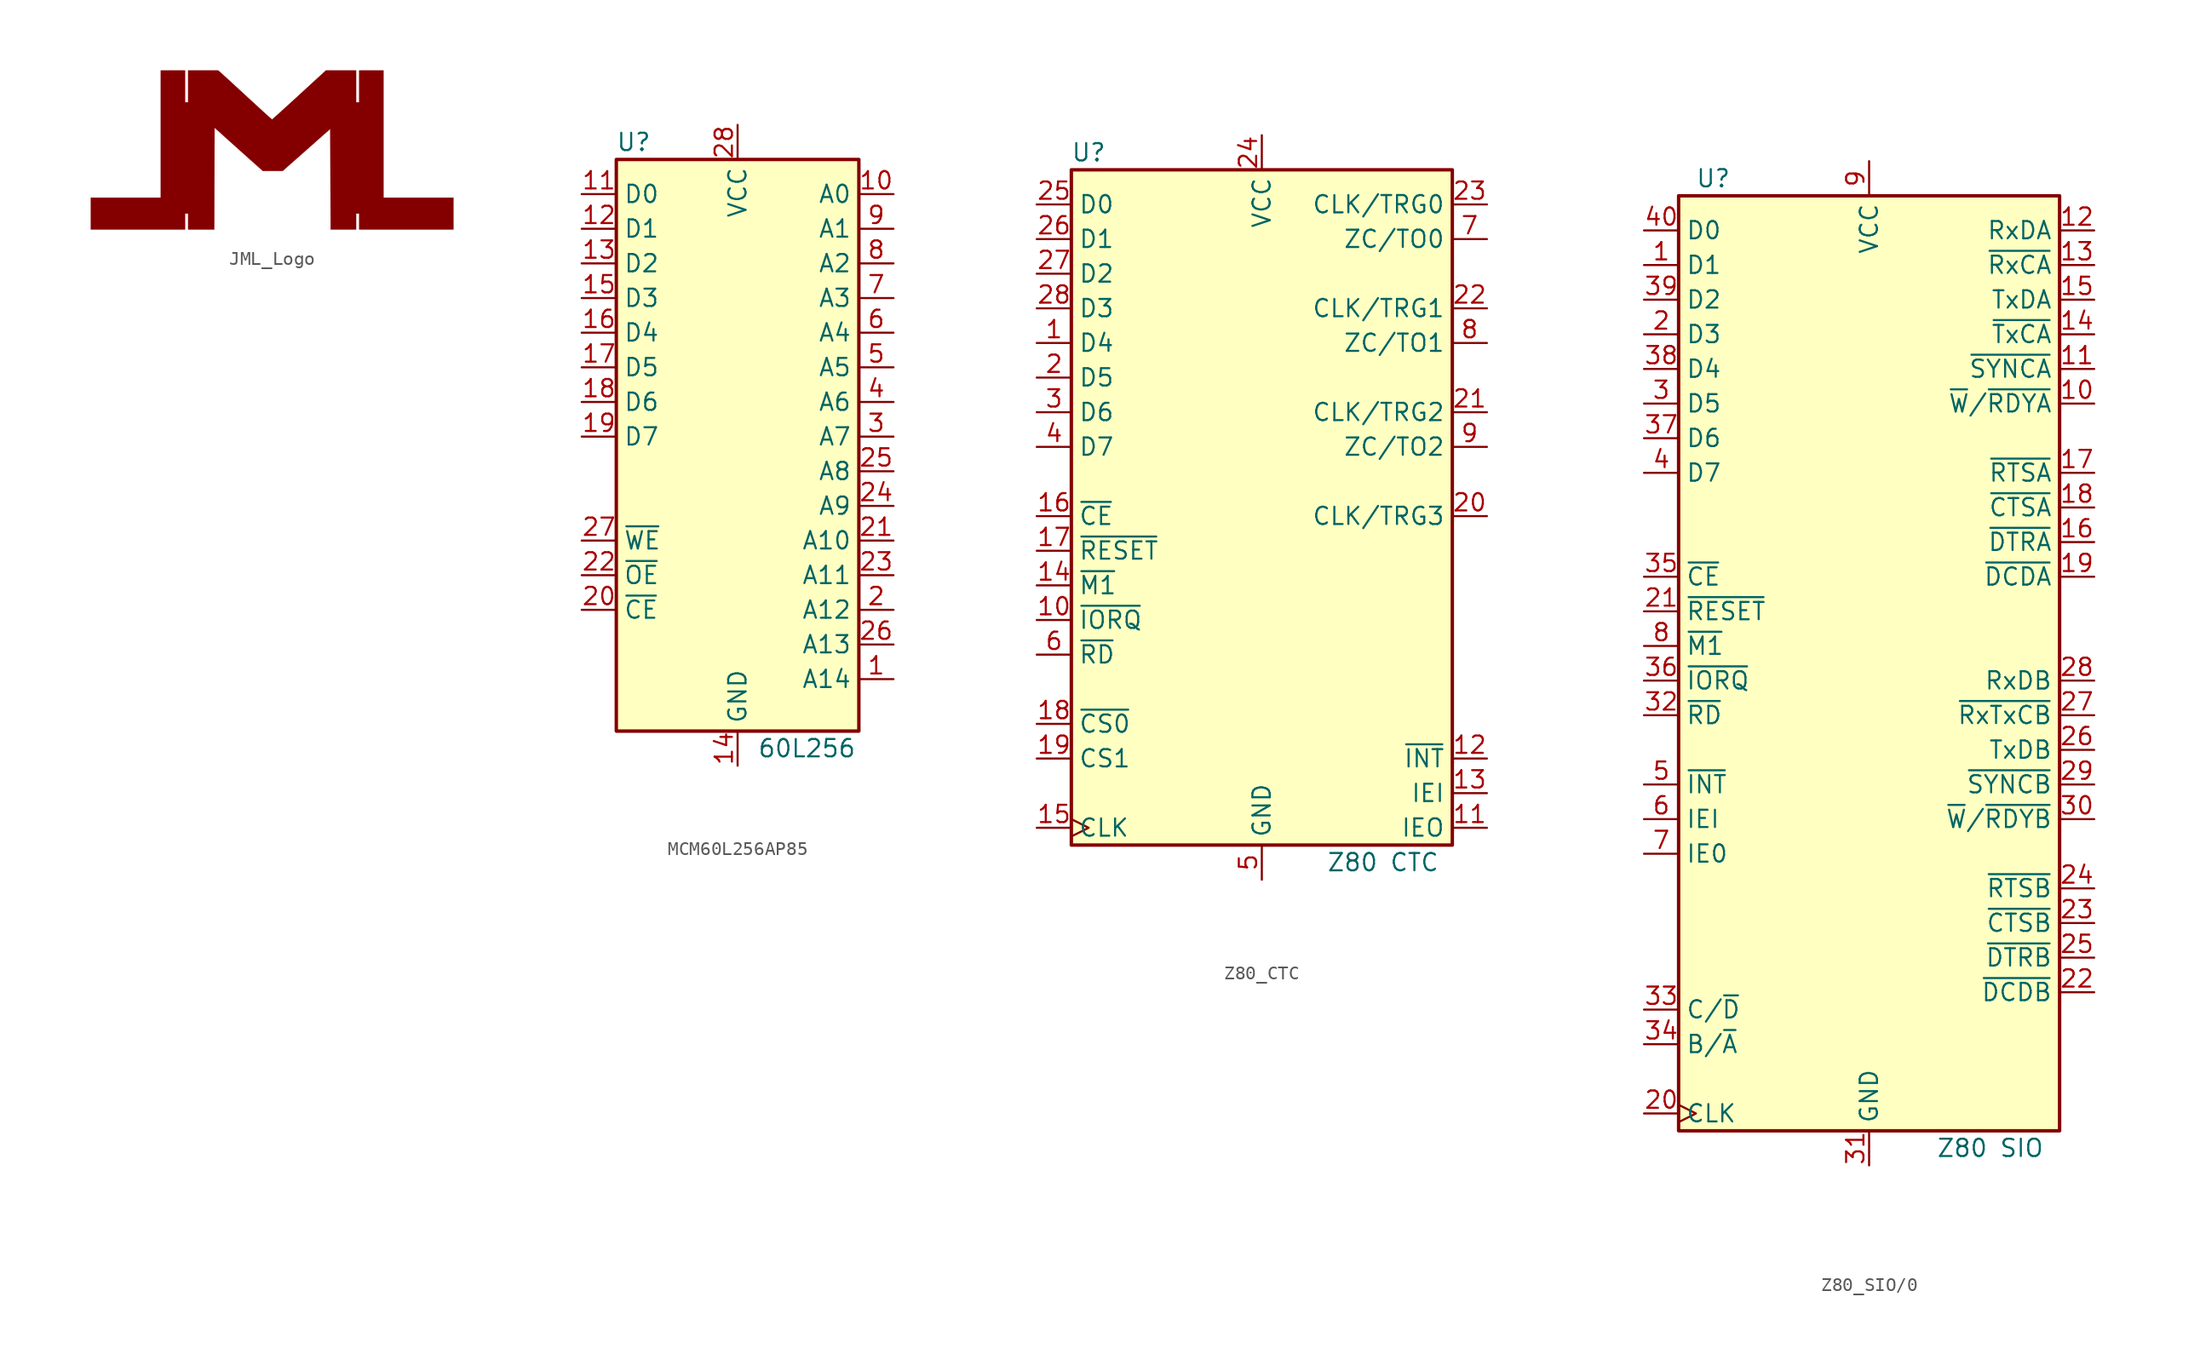
<source format=kicad_sym>
(kicad_symbol_lib
  (version 20220914)
  (generator kicad_symbol_editor)
  (symbol "JML_Logo"
    (pin_names
      (offset 1.016))
    (property "Reference" "#G"
      (at 0 5.201 0)
      (effects (font (size 1.27 1.27)) hide))
    (symbol "JML_Logo_0_0"
      (polyline (pts (xy -7.564 -5.253) (xy -7.564 -4.669) (xy -7.447 -4.669) (xy -7.33 -4.669) (xy -7.33 -5.253) (xy -7.33 -5.836) (xy -6.374 -5.836) (xy -5.417 -5.836) (xy -5.405 -2.098) (xy -5.393 1.64) (xy -4.391 0.739) (xy -4.181 0.55) (xy -3.851 0.254) (xy -3.509 -0.053) (xy -3.176 -0.351) (xy -2.872 -0.624) (xy -2.616 -0.852) (xy -1.844 -1.54) (xy -1.12 -1.54) (xy -0.397 -1.541) (xy 1.354 0.007) (xy 3.105 1.556) (xy 3.117 -2.14) (xy 3.129 -5.836) (xy 4.062 -5.836) (xy 4.996 -5.836) (xy 4.996 -5.253) (xy 4.996 -4.669) (xy 5.113 -4.669) (xy 5.229 -4.669) (xy 5.229 -5.253) (xy 5.229 -5.836) (xy 8.685 -5.836) (xy 12.14 -5.836) (xy 12.14 -4.669) (xy 12.14 -3.502) (xy 9.572 -3.502) (xy 7.004 -3.502) (xy 7.004 1.167) (xy 7.004 5.836) (xy 6.117 5.836) (xy 5.229 5.836) (xy 5.229 4.669) (xy 5.229 3.502) (xy 5.113 3.502) (xy 4.996 3.502) (xy 4.996 4.669) (xy 4.996 5.836) (xy 3.887 5.836) (xy 2.778 5.835) (xy 0.82 4.038) (xy 0.545 3.786) (xy 0.2 3.47) (xy -0.121 3.178) (xy -0.41 2.915) (xy -0.662 2.687) (xy -0.869 2.501) (xy -1.027 2.36) (xy -1.129 2.272) (xy -1.167 2.241) (xy -1.173 2.243) (xy -1.204 2.265) (xy -1.261 2.312) (xy -1.35 2.389) (xy -1.474 2.499) (xy -1.638 2.647) (xy -1.845 2.836) (xy -2.101 3.07) (xy -2.408 3.352) (xy -2.772 3.686) (xy -3.196 4.076) (xy -3.684 4.526) (xy -3.807 4.639) (xy -4.078 4.888) (xy -4.33 5.119) (xy -4.554 5.324) (xy -4.739 5.492) (xy -4.875 5.616) (xy -4.952 5.685) (xy -5.128 5.836) (xy -6.229 5.836) (xy -7.33 5.836) (xy -7.33 4.669) (xy -7.33 3.502) (xy -7.447 3.502) (xy -7.564 3.502) (xy -7.564 4.669) (xy -7.564 5.836) (xy -8.451 5.836) (xy -9.338 5.836) (xy -9.338 1.167) (xy -9.338 -3.502) (xy -11.906 -3.502) (xy -14.474 -3.502) (xy -14.474 -4.669) (xy -14.474 -5.836) (xy -11.019 -5.836) (xy -7.564 -5.836) (xy -7.564 -5.253)) (stroke (width 0.01) (type default)) (fill (type outline)))))
  (symbol "MCM60L256AP85"
    (property "Reference" "U"
      (at -7.62 21.59 0)
      (effects (font (size 1.27 1.27))))
    (property "Value" "60L256"
      (at 5.08 -22.86 0)
      (effects (font (size 1.27 1.27))))
    (symbol "MCM60L256AP85_1_1"
      (rectangle (start -8.89 20.32) (end 8.89 -21.59) (stroke (width 0.25) (type default)) (fill (type background)))
      (pin input line (at 11.43 -17.78 180) (length 2.54) (name "A14" (effects (font (size 1.27 1.27)))) (number "1" (effects (font (size 1.27 1.27)))))
      (pin input line (at 11.43 17.78 180) (length 2.54) (name "A0" (effects (font (size 1.27 1.27)))) (number "10" (effects (font (size 1.27 1.27)))))
      (pin bidirectional line (at -11.43 17.78 0) (length 2.54) (name "D0" (effects (font (size 1.27 1.27)))) (number "11" (effects (font (size 1.27 1.27)))))
      (pin bidirectional line (at -11.43 15.24 0) (length 2.54) (name "D1" (effects (font (size 1.27 1.27)))) (number "12" (effects (font (size 1.27 1.27)))))
      (pin bidirectional line (at -11.43 12.7 0) (length 2.54) (name "D2" (effects (font (size 1.27 1.27)))) (number "13" (effects (font (size 1.27 1.27)))))
      (pin power_in line (at 0 -24.13 90) (length 2.54) (name "GND" (effects (font (size 1.27 1.27)))) (number "14" (effects (font (size 1.27 1.27)))))
      (pin bidirectional line (at -11.43 10.16 0) (length 2.54) (name "D3" (effects (font (size 1.27 1.27)))) (number "15" (effects (font (size 1.27 1.27)))))
      (pin bidirectional line (at -11.43 7.62 0) (length 2.54) (name "D4" (effects (font (size 1.27 1.27)))) (number "16" (effects (font (size 1.27 1.27)))))
      (pin bidirectional line (at -11.43 5.08 0) (length 2.54) (name "D5" (effects (font (size 1.27 1.27)))) (number "17" (effects (font (size 1.27 1.27)))))
      (pin bidirectional line (at -11.43 2.54 0) (length 2.54) (name "D6" (effects (font (size 1.27 1.27)))) (number "18" (effects (font (size 1.27 1.27)))))
      (pin bidirectional line (at -11.43 0 0) (length 2.54) (name "D7" (effects (font (size 1.27 1.27)))) (number "19" (effects (font (size 1.27 1.27)))))
      (pin input line (at 11.43 -12.7 180) (length 2.54) (name "A12" (effects (font (size 1.27 1.27)))) (number "2" (effects (font (size 1.27 1.27)))))
      (pin input line (at -11.43 -12.7 0) (length 2.54) (name "~{CE}" (effects (font (size 1.27 1.27)))) (number "20" (effects (font (size 1.27 1.27)))))
      (pin input line (at 11.43 -7.62 180) (length 2.54) (name "A10" (effects (font (size 1.27 1.27)))) (number "21" (effects (font (size 1.27 1.27)))))
      (pin input line (at -11.43 -10.16 0) (length 2.54) (name "~{OE}" (effects (font (size 1.27 1.27)))) (number "22" (effects (font (size 1.27 1.27)))))
      (pin input line (at 11.43 -10.16 180) (length 2.54) (name "A11" (effects (font (size 1.27 1.27)))) (number "23" (effects (font (size 1.27 1.27)))))
      (pin input line (at 11.43 -5.08 180) (length 2.54) (name "A9" (effects (font (size 1.27 1.27)))) (number "24" (effects (font (size 1.27 1.27)))))
      (pin input line (at 11.43 -2.54 180) (length 2.54) (name "A8" (effects (font (size 1.27 1.27)))) (number "25" (effects (font (size 1.27 1.27)))))
      (pin input line (at 11.43 -15.24 180) (length 2.54) (name "A13" (effects (font (size 1.27 1.27)))) (number "26" (effects (font (size 1.27 1.27)))))
      (pin input line (at -11.43 -7.62 0) (length 2.54) (name "~{WE}" (effects (font (size 1.27 1.27)))) (number "27" (effects (font (size 1.27 1.27)))))
      (pin power_in line (at 0 22.86 270) (length 2.54) (name "VCC" (effects (font (size 1.27 1.27)))) (number "28" (effects (font (size 1.27 1.27)))))
      (pin input line (at 11.43 0 180) (length 2.54) (name "A7" (effects (font (size 1.27 1.27)))) (number "3" (effects (font (size 1.27 1.27)))))
      (pin input line (at 11.43 2.54 180) (length 2.54) (name "A6" (effects (font (size 1.27 1.27)))) (number "4" (effects (font (size 1.27 1.27)))))
      (pin input line (at 11.43 5.08 180) (length 2.54) (name "A5" (effects (font (size 1.27 1.27)))) (number "5" (effects (font (size 1.27 1.27)))))
      (pin input line (at 11.43 7.62 180) (length 2.54) (name "A4" (effects (font (size 1.27 1.27)))) (number "6" (effects (font (size 1.27 1.27)))))
      (pin input line (at 11.43 10.16 180) (length 2.54) (name "A3" (effects (font (size 1.27 1.27)))) (number "7" (effects (font (size 1.27 1.27)))))
      (pin input line (at 11.43 12.7 180) (length 2.54) (name "A2" (effects (font (size 1.27 1.27)))) (number "8" (effects (font (size 1.27 1.27)))))
      (pin input line (at 11.43 15.24 180) (length 2.54) (name "A1" (effects (font (size 1.27 1.27)))) (number "9" (effects (font (size 1.27 1.27)))))))
  (symbol "Z80_CTC"
    (property "Reference" "U"
      (at -12.7 24.13 0)
      (effects (font (size 1.27 1.27))))
    (property "Value" "Z80 CTC"
      (at 8.89 -27.94 0)
      (effects (font (size 1.27 1.27))))
    (symbol "Z80_CTC_1_1"
      (rectangle (start -13.97 22.86) (end 13.97 -26.67) (stroke (width 0.25) (type default)) (fill (type background)))
      (pin bidirectional line (at -16.51 10.16 0) (length 2.54) (name "D4" (effects (font (size 1.27 1.27)))) (number "1" (effects (font (size 1.27 1.27)))))
      (pin input line (at -16.51 -10.16 0) (length 2.54) (name "~{IORQ}" (effects (font (size 1.27 1.27)))) (number "10" (effects (font (size 1.27 1.27)))))
      (pin output line (at 16.51 -25.4 180) (length 2.54) (name "IEO" (effects (font (size 1.27 1.27)))) (number "11" (effects (font (size 1.27 1.27)))))
      (pin open_collector line (at 16.51 -20.32 180) (length 2.54) (name "~{INT}" (effects (font (size 1.27 1.27)))) (number "12" (effects (font (size 1.27 1.27)))))
      (pin input line (at 16.51 -22.86 180) (length 2.54) (name "IEI" (effects (font (size 1.27 1.27)))) (number "13" (effects (font (size 1.27 1.27)))))
      (pin input line (at -16.51 -7.62 0) (length 2.54) (name "~{M1}" (effects (font (size 1.27 1.27)))) (number "14" (effects (font (size 1.27 1.27)))))
      (pin input clock (at -16.51 -25.4 0) (length 2.54) (name "CLK" (effects (font (size 1.27 1.27)))) (number "15" (effects (font (size 1.27 1.27)))))
      (pin input line (at -16.51 -2.54 0) (length 2.54) (name "~{CE}" (effects (font (size 1.27 1.27)))) (number "16" (effects (font (size 1.27 1.27)))))
      (pin input line (at -16.51 -5.08 0) (length 2.54) (name "~{RESET}" (effects (font (size 1.27 1.27)))) (number "17" (effects (font (size 1.27 1.27)))))
      (pin input line (at -16.51 -17.78 0) (length 2.54) (name "~{CS0}" (effects (font (size 1.27 1.27)))) (number "18" (effects (font (size 1.27 1.27)))))
      (pin input line (at -16.51 -20.32 0) (length 2.54) (name "CS1" (effects (font (size 1.27 1.27)))) (number "19" (effects (font (size 1.27 1.27)))))
      (pin bidirectional line (at -16.51 7.62 0) (length 2.54) (name "D5" (effects (font (size 1.27 1.27)))) (number "2" (effects (font (size 1.27 1.27)))))
      (pin input line (at 16.51 -2.54 180) (length 2.54) (name "CLK/TRG3" (effects (font (size 1.27 1.27)))) (number "20" (effects (font (size 1.27 1.27)))))
      (pin input line (at 16.51 5.08 180) (length 2.54) (name "CLK/TRG2" (effects (font (size 1.27 1.27)))) (number "21" (effects (font (size 1.27 1.27)))))
      (pin input line (at 16.51 12.7 180) (length 2.54) (name "CLK/TRG1" (effects (font (size 1.27 1.27)))) (number "22" (effects (font (size 1.27 1.27)))))
      (pin input line (at 16.51 20.32 180) (length 2.54) (name "CLK/TRG0" (effects (font (size 1.27 1.27)))) (number "23" (effects (font (size 1.27 1.27)))))
      (pin power_in line (at 0 25.4 270) (length 2.54) (name "VCC" (effects (font (size 1.27 1.27)))) (number "24" (effects (font (size 1.27 1.27)))))
      (pin bidirectional line (at -16.51 20.32 0) (length 2.54) (name "D0" (effects (font (size 1.27 1.27)))) (number "25" (effects (font (size 1.27 1.27)))))
      (pin bidirectional line (at -16.51 17.78 0) (length 2.54) (name "D1" (effects (font (size 1.27 1.27)))) (number "26" (effects (font (size 1.27 1.27)))))
      (pin bidirectional line (at -16.51 15.24 0) (length 2.54) (name "D2" (effects (font (size 1.27 1.27)))) (number "27" (effects (font (size 1.27 1.27)))))
      (pin bidirectional line (at -16.51 12.7 0) (length 2.54) (name "D3" (effects (font (size 1.27 1.27)))) (number "28" (effects (font (size 1.27 1.27)))))
      (pin bidirectional line (at -16.51 5.08 0) (length 2.54) (name "D6" (effects (font (size 1.27 1.27)))) (number "3" (effects (font (size 1.27 1.27)))))
      (pin bidirectional line (at -16.51 2.54 0) (length 2.54) (name "D7" (effects (font (size 1.27 1.27)))) (number "4" (effects (font (size 1.27 1.27)))))
      (pin power_in line (at 0 -29.21 90) (length 2.54) (name "GND" (effects (font (size 1.27 1.27)))) (number "5" (effects (font (size 1.27 1.27)))))
      (pin input line (at -16.51 -12.7 0) (length 2.54) (name "~{RD}" (effects (font (size 1.27 1.27)))) (number "6" (effects (font (size 1.27 1.27)))))
      (pin output line (at 16.51 17.78 180) (length 2.54) (name "ZC/TO0" (effects (font (size 1.27 1.27)))) (number "7" (effects (font (size 1.27 1.27)))))
      (pin output line (at 16.51 10.16 180) (length 2.54) (name "ZC/TO1" (effects (font (size 1.27 1.27)))) (number "8" (effects (font (size 1.27 1.27)))))
      (pin output line (at 16.51 2.54 180) (length 2.54) (name "ZC/TO2" (effects (font (size 1.27 1.27)))) (number "9" (effects (font (size 1.27 1.27)))))))
  (symbol "Z80_SIO/0"
    (property "Reference" "U"
      (at -11.43 33.02 0)
      (effects (font (size 1.27 1.27))))
    (property "Value" "Z80 SIO"
      (at 8.89 -38.1 0)
      (effects (font (size 1.27 1.27))))
    (symbol "Z80_SIO/0_1_1"
      (rectangle (start -13.97 31.75) (end 13.97 -36.83) (stroke (width 0.25) (type default)) (fill (type background)))
      (pin bidirectional line (at -16.51 26.67 0) (length 2.54) (name "D1" (effects (font (size 1.27 1.27)))) (number "1" (effects (font (size 1.27 1.27)))))
      (pin output line (at 16.51 16.51 180) (length 2.54) (name "~{W}/~{RDYA}" (effects (font (size 1.27 1.27)))) (number "10" (effects (font (size 1.27 1.27)))))
      (pin bidirectional line (at 16.51 19.05 180) (length 2.54) (name "~{SYNCA}" (effects (font (size 1.27 1.27)))) (number "11" (effects (font (size 1.27 1.27)))))
      (pin input line (at 16.51 29.21 180) (length 2.54) (name "RxDA" (effects (font (size 1.27 1.27)))) (number "12" (effects (font (size 1.27 1.27)))))
      (pin input line (at 16.51 26.67 180) (length 2.54) (name "~{RxCA}" (effects (font (size 1.27 1.27)))) (number "13" (effects (font (size 1.27 1.27)))))
      (pin input line (at 16.51 21.59 180) (length 2.54) (name "~{TxCA}" (effects (font (size 1.27 1.27)))) (number "14" (effects (font (size 1.27 1.27)))))
      (pin output line (at 16.51 24.13 180) (length 2.54) (name "TxDA" (effects (font (size 1.27 1.27)))) (number "15" (effects (font (size 1.27 1.27)))))
      (pin output line (at 16.51 6.35 180) (length 2.54) (name "~{DTRA}" (effects (font (size 1.27 1.27)))) (number "16" (effects (font (size 1.27 1.27)))))
      (pin output line (at 16.51 11.43 180) (length 2.54) (name "~{RTSA}" (effects (font (size 1.27 1.27)))) (number "17" (effects (font (size 1.27 1.27)))))
      (pin input line (at 16.51 8.89 180) (length 2.54) (name "~{CTSA}" (effects (font (size 1.27 1.27)))) (number "18" (effects (font (size 1.27 1.27)))))
      (pin input line (at 16.51 3.81 180) (length 2.54) (name "~{DCDA}" (effects (font (size 1.27 1.27)))) (number "19" (effects (font (size 1.27 1.27)))))
      (pin bidirectional line (at -16.51 21.59 0) (length 2.54) (name "D3" (effects (font (size 1.27 1.27)))) (number "2" (effects (font (size 1.27 1.27)))))
      (pin input clock (at -16.51 -35.56 0) (length 2.54) (name "CLK" (effects (font (size 1.27 1.27)))) (number "20" (effects (font (size 1.27 1.27)))))
      (pin input line (at -16.51 1.27 0) (length 2.54) (name "~{RESET}" (effects (font (size 1.27 1.27)))) (number "21" (effects (font (size 1.27 1.27)))))
      (pin input line (at 16.51 -26.67 180) (length 2.54) (name "~{DCDB}" (effects (font (size 1.27 1.27)))) (number "22" (effects (font (size 1.27 1.27)))))
      (pin input line (at 16.51 -21.59 180) (length 2.54) (name "~{CTSB}" (effects (font (size 1.27 1.27)))) (number "23" (effects (font (size 1.27 1.27)))))
      (pin output line (at 16.51 -19.05 180) (length 2.54) (name "~{RTSB}" (effects (font (size 1.27 1.27)))) (number "24" (effects (font (size 1.27 1.27)))))
      (pin output line (at 16.51 -24.13 180) (length 2.54) (name "~{DTRB}" (effects (font (size 1.27 1.27)))) (number "25" (effects (font (size 1.27 1.27)))))
      (pin output line (at 16.51 -8.89 180) (length 2.54) (name "TxDB" (effects (font (size 1.27 1.27)))) (number "26" (effects (font (size 1.27 1.27)))))
      (pin input line (at 16.51 -6.35 180) (length 2.54) (name "~{RxTxCB}" (effects (font (size 1.27 1.27)))) (number "27" (effects (font (size 1.27 1.27)))))
      (pin input line (at 16.51 -3.81 180) (length 2.54) (name "RxDB" (effects (font (size 1.27 1.27)))) (number "28" (effects (font (size 1.27 1.27)))))
      (pin bidirectional line (at 16.51 -11.43 180) (length 2.54) (name "~{SYNCB}" (effects (font (size 1.27 1.27)))) (number "29" (effects (font (size 1.27 1.27)))))
      (pin bidirectional line (at -16.51 16.51 0) (length 2.54) (name "D5" (effects (font (size 1.27 1.27)))) (number "3" (effects (font (size 1.27 1.27)))))
      (pin output line (at 16.51 -13.97 180) (length 2.54) (name "~{W}/~{RDYB}" (effects (font (size 1.27 1.27)))) (number "30" (effects (font (size 1.27 1.27)))))
      (pin power_in line (at 0 -39.37 90) (length 2.54) (name "GND" (effects (font (size 1.27 1.27)))) (number "31" (effects (font (size 1.27 1.27)))))
      (pin input line (at -16.51 -6.35 0) (length 2.54) (name "~{RD}" (effects (font (size 1.27 1.27)))) (number "32" (effects (font (size 1.27 1.27)))))
      (pin input line (at -16.51 -27.94 0) (length 2.54) (name "C/~{D}" (effects (font (size 1.27 1.27)))) (number "33" (effects (font (size 1.27 1.27)))))
      (pin input line (at -16.51 -30.48 0) (length 2.54) (name "B/~{A}" (effects (font (size 1.27 1.27)))) (number "34" (effects (font (size 1.27 1.27)))))
      (pin input line (at -16.51 3.81 0) (length 2.54) (name "~{CE}" (effects (font (size 1.27 1.27)))) (number "35" (effects (font (size 1.27 1.27)))))
      (pin input line (at -16.51 -3.81 0) (length 2.54) (name "~{IORQ}" (effects (font (size 1.27 1.27)))) (number "36" (effects (font (size 1.27 1.27)))))
      (pin bidirectional line (at -16.51 13.97 0) (length 2.54) (name "D6" (effects (font (size 1.27 1.27)))) (number "37" (effects (font (size 1.27 1.27)))))
      (pin bidirectional line (at -16.51 19.05 0) (length 2.54) (name "D4" (effects (font (size 1.27 1.27)))) (number "38" (effects (font (size 1.27 1.27)))))
      (pin bidirectional line (at -16.51 24.13 0) (length 2.54) (name "D2" (effects (font (size 1.27 1.27)))) (number "39" (effects (font (size 1.27 1.27)))))
      (pin bidirectional line (at -16.51 11.43 0) (length 2.54) (name "D7" (effects (font (size 1.27 1.27)))) (number "4" (effects (font (size 1.27 1.27)))))
      (pin bidirectional line (at -16.51 29.21 0) (length 2.54) (name "D0" (effects (font (size 1.27 1.27)))) (number "40" (effects (font (size 1.27 1.27)))))
      (pin open_collector line (at -16.51 -11.43 0) (length 2.54) (name "~{INT}" (effects (font (size 1.27 1.27)))) (number "5" (effects (font (size 1.27 1.27)))))
      (pin input line (at -16.51 -13.97 0) (length 2.54) (name "IEI" (effects (font (size 1.27 1.27)))) (number "6" (effects (font (size 1.27 1.27)))))
      (pin output line (at -16.51 -16.51 0) (length 2.54) (name "IE0" (effects (font (size 1.27 1.27)))) (number "7" (effects (font (size 1.27 1.27)))))
      (pin input line (at -16.51 -1.27 0) (length 2.54) (name "~{M1}" (effects (font (size 1.27 1.27)))) (number "8" (effects (font (size 1.27 1.27)))))
      (pin power_in line (at 0 34.29 270) (length 2.54) (name "VCC" (effects (font (size 1.27 1.27)))) (number "9" (effects (font (size 1.27 1.27))))))))
</source>
